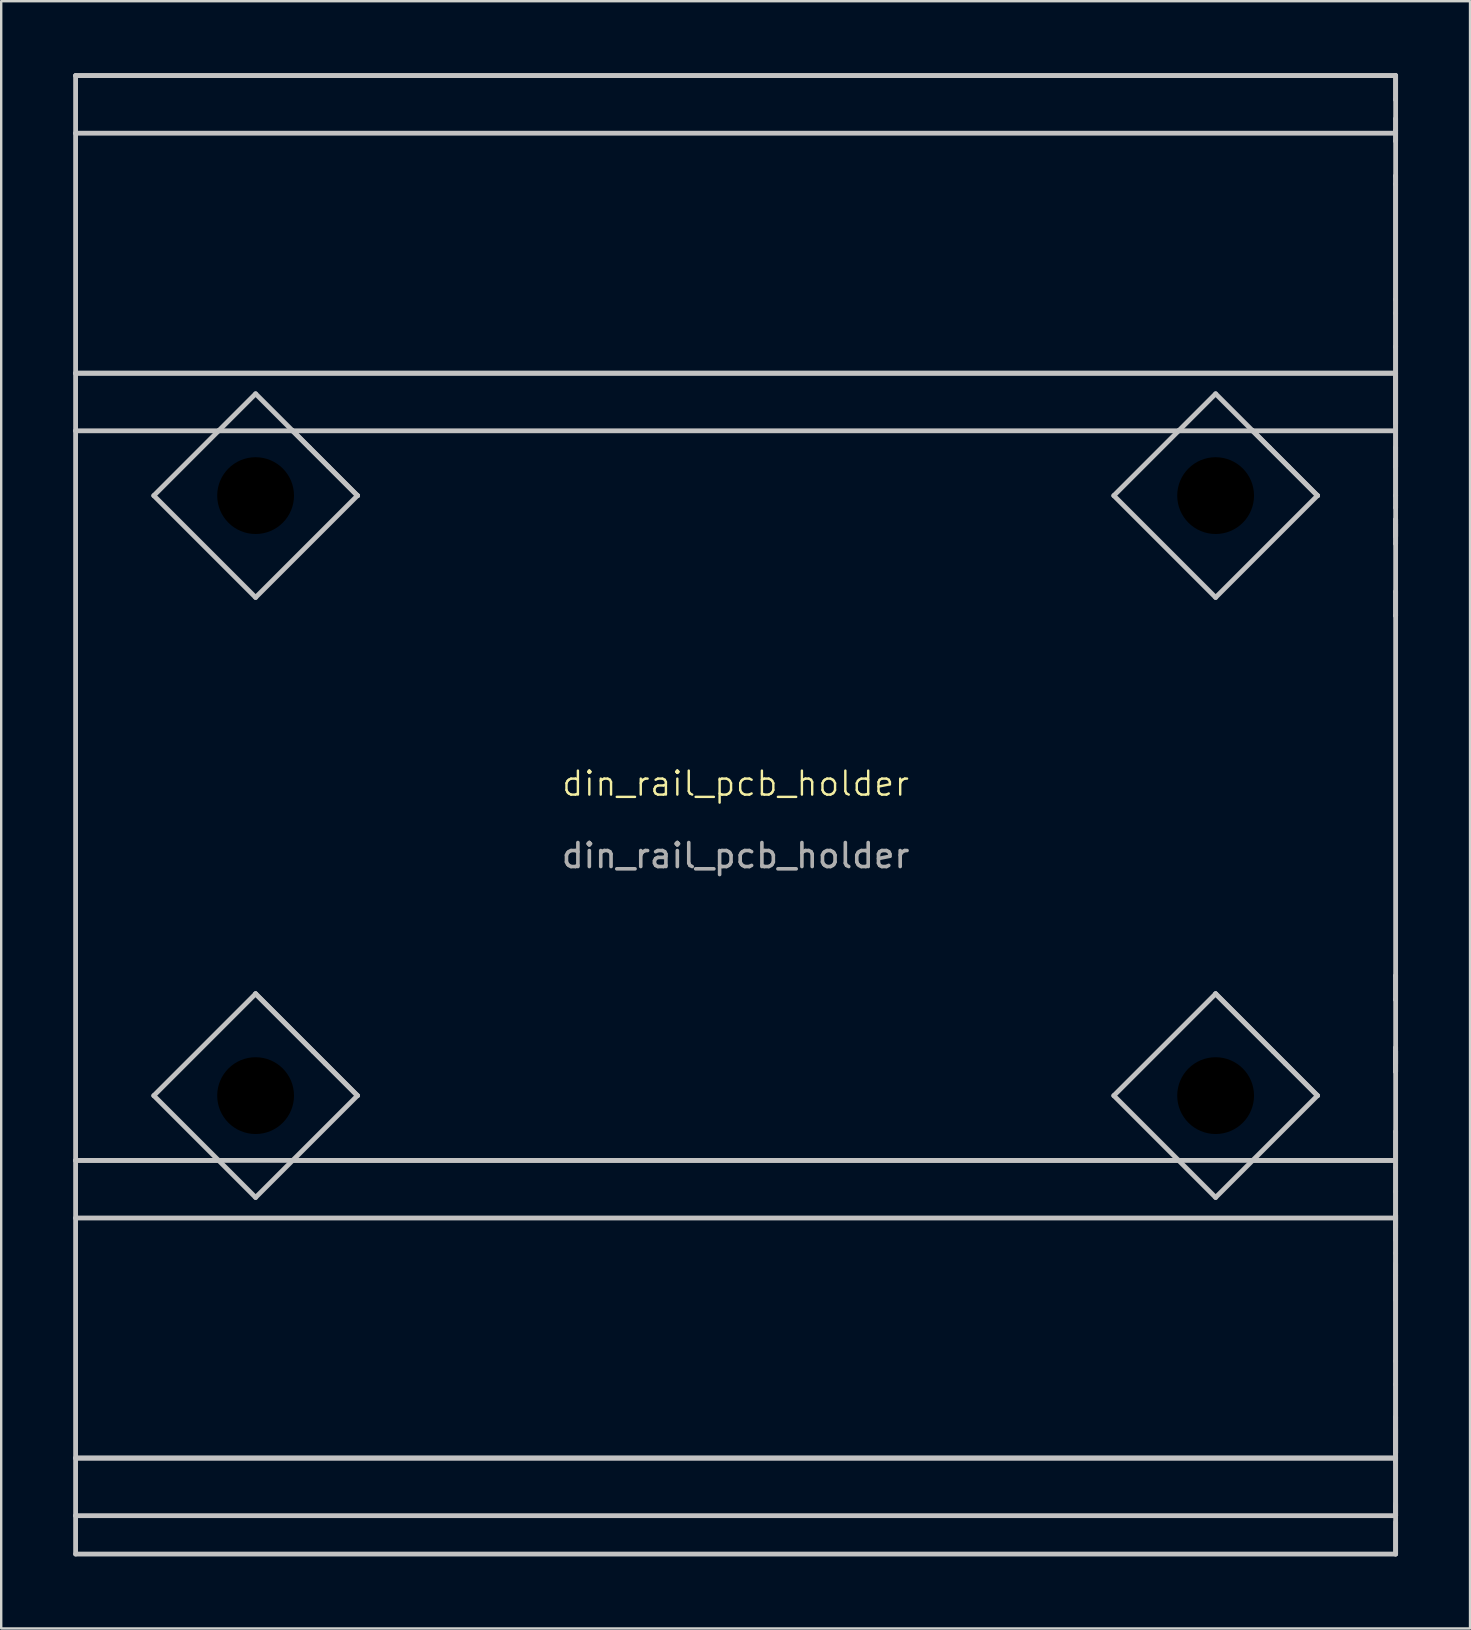
<source format=kicad_pcb>
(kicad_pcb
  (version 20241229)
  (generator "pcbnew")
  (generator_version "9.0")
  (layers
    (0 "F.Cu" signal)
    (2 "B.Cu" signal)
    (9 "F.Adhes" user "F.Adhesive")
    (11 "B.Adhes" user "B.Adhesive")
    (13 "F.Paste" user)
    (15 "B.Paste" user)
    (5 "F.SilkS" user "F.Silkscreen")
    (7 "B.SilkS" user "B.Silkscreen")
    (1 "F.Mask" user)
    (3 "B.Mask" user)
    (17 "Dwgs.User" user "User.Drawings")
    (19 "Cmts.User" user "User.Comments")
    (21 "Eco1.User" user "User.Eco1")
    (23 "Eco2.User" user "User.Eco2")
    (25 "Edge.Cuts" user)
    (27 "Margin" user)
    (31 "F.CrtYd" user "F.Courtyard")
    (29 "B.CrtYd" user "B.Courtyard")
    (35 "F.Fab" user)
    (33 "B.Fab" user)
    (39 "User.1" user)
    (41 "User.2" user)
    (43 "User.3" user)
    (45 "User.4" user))
  (footprint "din_rail_pcb_holder"
    (layer "F.Cu")
    (at 27.6 30.1)
    (property "Reference" "din_rail_pcb_holder" (at 0 -0.5 0) (unlocked yes) (layer "F.SilkS") (effects (font (size 1 1) (thickness 0.1))))
    (fp_line (start -27.5 -30) (end 27.5 -30) (stroke (width 0.2) (type solid)) (layer "Dwgs.User"))
    (fp_line (start -27.5 -30) (end 27.5 -30) (stroke (width 0.2) (type solid)) (layer "Dwgs.User"))
    (fp_line (start -27.5 -27.6) (end -27.5 -30) (stroke (width 0.2) (type solid)) (layer "Dwgs.User"))
    (fp_line (start -27.5 -27.6) (end 27.5 -27.6) (stroke (width 0.2) (type solid)) (layer "Dwgs.User"))
    (fp_line (start -27.5 -17.6) (end -27.5 -27.6) (stroke (width 0.2) (type solid)) (layer "Dwgs.User"))
    (fp_line (start -27.5 -17.6) (end 27.5 -17.6) (stroke (width 0.2) (type solid)) (layer "Dwgs.User"))
    (fp_line (start -27.5 -17.6) (end 27.5 -17.6) (stroke (width 0.2) (type solid)) (layer "Dwgs.User"))
    (fp_line (start -27.5 -15.2) (end -27.5 -17.6) (stroke (width 0.2) (type solid)) (layer "Dwgs.User"))
    (fp_line (start -27.5 -15.2) (end -21.543 -15.2) (stroke (width 0.2) (type solid)) (layer "Dwgs.User"))
    (fp_line (start -27.5 15.2) (end -27.5 -15.2) (stroke (width 0.2) (type solid)) (layer "Dwgs.User"))
    (fp_line (start -27.5 15.2) (end -21.543 15.2) (stroke (width 0.2) (type solid)) (layer "Dwgs.User"))
    (fp_line (start -27.5 15.2) (end -21.543 15.2) (stroke (width 0.2) (type solid)) (layer "Dwgs.User"))
    (fp_line (start -27.5 17.6) (end -27.5 15.2) (stroke (width 0.2) (type solid)) (layer "Dwgs.User"))
    (fp_line (start -27.5 17.6) (end 27.5 17.6) (stroke (width 0.2) (type solid)) (layer "Dwgs.User"))
    (fp_line (start -27.5 27.6) (end -27.5 17.6) (stroke (width 0.2) (type solid)) (layer "Dwgs.User"))
    (fp_line (start -27.5 27.6) (end -27.5 30) (stroke (width 0.2) (type solid)) (layer "Dwgs.User"))
    (fp_line (start -27.5 27.6) (end 27.5 27.6) (stroke (width 0.2) (type solid)) (layer "Dwgs.User"))
    (fp_line (start -27.5 27.6) (end 27.5 27.6) (stroke (width 0.2) (type solid)) (layer "Dwgs.User"))
    (fp_line (start -27.5 30) (end 27.5 30) (stroke (width 0.2) (type solid)) (layer "Dwgs.User"))
    (fp_line (start -27.5 30) (end -27.5 31.6) (stroke (width 0.2) (type solid)) (layer "Dwgs.User"))
    (fp_line (start -27.5 31.6) (end 27.5 31.6) (stroke (width 0.2) (type solid)) (layer "Dwgs.User"))
    (fp_line (start -24.243 -12.5) (end -21.543 -15.2) (stroke (width 0.2) (type solid)) (layer "Dwgs.User"))
    (fp_line (start -24.243 12.5) (end -20 8.257) (stroke (width 0.2) (type solid)) (layer "Dwgs.User"))
    (fp_line (start -21.543 -15.2) (end -20 -16.743) (stroke (width 0.2) (type solid)) (layer "Dwgs.User"))
    (fp_line (start -21.543 -15.2) (end -18.457 -15.2) (stroke (width 0.2) (type solid)) (layer "Dwgs.User"))
    (fp_line (start -21.543 15.2) (end -24.243 12.5) (stroke (width 0.2) (type solid)) (layer "Dwgs.User"))
    (fp_line (start -21.543 15.2) (end -18.457 15.2) (stroke (width 0.2) (type solid)) (layer "Dwgs.User"))
    (fp_line (start -21.25 -12.5) (end -21.25 -12.5) (stroke (width 0.2) (type solid)) (layer "Dwgs.User"))
    (fp_line (start -21.25 -12.5) (end -21.25 -12.5) (stroke (width 0.2) (type solid)) (layer "Dwgs.User"))
    (fp_line (start -21.25 -12.5) (end -21.25 -12.5) (stroke (width 0.2) (type solid)) (layer "Dwgs.User"))
    (fp_line (start -21.25 -12.5) (end -20.9 -13.367) (stroke (width 0.2) (type solid)) (layer "Dwgs.User"))
    (fp_line (start -21.146 -12) (end -21.146 -12) (stroke (width 0.2) (type solid)) (layer "Dwgs.User"))
    (fp_line (start -21.146 -12) (end -21.25 -12.5) (stroke (width 0.2) (type solid)) (layer "Dwgs.User"))
    (fp_line (start -20.75 -11.5) (end -19.25 -11.5) (stroke (width 0.2) (type solid)) (layer "Dwgs.User"))
    (fp_line (start -20.75 -11.5) (end -19.25 -11.5) (stroke (width 0.2) (type solid)) (layer "Dwgs.User"))
    (fp_line (start -20.75 11.5) (end -19.25 11.5) (stroke (width 0.2) (type solid)) (layer "Dwgs.User"))
    (fp_line (start -20.479 11.345) (end -19.521 11.345) (stroke (width 0.2) (type solid)) (layer "Dwgs.User"))
    (fp_line (start -20.381 -11.31) (end -20.381 -11.31) (stroke (width 0.2) (type solid)) (layer "Dwgs.User"))
    (fp_line (start -20 -16.743) (end -18.457 -15.2) (stroke (width 0.2) (type solid)) (layer "Dwgs.User"))
    (fp_line (start -20 -13.75) (end -20 -11.25) (stroke (width 0.2) (type solid)) (layer "Dwgs.User"))
    (fp_line (start -20 -11.25) (end -20 -13.75) (stroke (width 0.2) (type solid)) (layer "Dwgs.User"))
    (fp_line (start -20 -8.257) (end -24.243 -12.5) (stroke (width 0.2) (type solid)) (layer "Dwgs.User"))
    (fp_line (start -20 8.257) (end -20 8.257) (stroke (width 0.2) (type solid)) (layer "Dwgs.User"))
    (fp_line (start -20 8.257) (end -15.757 12.5) (stroke (width 0.2) (type solid)) (layer "Dwgs.User"))
    (fp_line (start -20 11.25) (end -20 13.75) (stroke (width 0.2) (type solid)) (layer "Dwgs.User"))
    (fp_line (start -20 13.75) (end -20 11.25) (stroke (width 0.2) (type solid)) (layer "Dwgs.User"))
    (fp_line (start -20 16.743) (end -21.543 15.2) (stroke (width 0.2) (type solid)) (layer "Dwgs.User"))
    (fp_line (start -19.619 -11.31) (end -20.381 -11.31) (stroke (width 0.2) (type solid)) (layer "Dwgs.User"))
    (fp_line (start -19.619 -11.31) (end -19.619 -11.31) (stroke (width 0.2) (type solid)) (layer "Dwgs.User"))
    (fp_line (start -19.521 -11.345) (end -20.479 -11.345) (stroke (width 0.2) (type solid)) (layer "Dwgs.User"))
    (fp_line (start -19.521 -11.345) (end -20.479 -11.345) (stroke (width 0.2) (type solid)) (layer "Dwgs.User"))
    (fp_line (start -19.521 -11.345) (end -20.479 -11.345) (stroke (width 0.2) (type solid)) (layer "Dwgs.User"))
    (fp_line (start -18.457 -15.2) (end -15.757 -12.5) (stroke (width 0.2) (type solid)) (layer "Dwgs.User"))
    (fp_line (start -18.457 -15.2) (end 18.457 -15.2) (stroke (width 0.2) (type solid)) (layer "Dwgs.User"))
    (fp_line (start -18.457 15.2) (end -20 16.743) (stroke (width 0.2) (type solid)) (layer "Dwgs.User"))
    (fp_line (start -18.457 15.2) (end 18.457 15.2) (stroke (width 0.2) (type solid)) (layer "Dwgs.User"))
    (fp_line (start -18.457 15.2) (end 18.457 15.2) (stroke (width 0.2) (type solid)) (layer "Dwgs.User"))
    (fp_line (start -17.757 -14.5) (end -17.757 -14.5) (stroke (width 0.2) (type solid)) (layer "Dwgs.User"))
    (fp_line (start -17.603 10.655) (end -17.603 10.655) (stroke (width 0.2) (type solid)) (layer "Dwgs.User"))
    (fp_line (start -17.103 11.155) (end -17.103 11.155) (stroke (width 0.2) (type solid)) (layer "Dwgs.User"))
    (fp_line (start -16.957 -13.7) (end -16.957 -13.7) (stroke (width 0.2) (type solid)) (layer "Dwgs.User"))
    (fp_line (start -15.757 -12.5) (end -15.757 -12.5) (stroke (width 0.2) (type solid)) (layer "Dwgs.User"))
    (fp_line (start -15.757 -12.5) (end -15.757 -12.5) (stroke (width 0.2) (type solid)) (layer "Dwgs.User"))
    (fp_line (start -15.757 -12.5) (end -15.757 -12.5) (stroke (width 0.2) (type solid)) (layer "Dwgs.User"))
    (fp_line (start -15.757 -12.5) (end -20 -8.257) (stroke (width 0.2) (type solid)) (layer "Dwgs.User"))
    (fp_line (start -15.757 -12.5) (end -15.757 -12.5) (stroke (width 0.2) (type solid)) (layer "Dwgs.User"))
    (fp_line (start -15.757 12.5) (end -18.457 15.2) (stroke (width 0.2) (type solid)) (layer "Dwgs.User"))
    (fp_line (start -15.757 12.5) (end -15.757 12.5) (stroke (width 0.2) (type solid)) (layer "Dwgs.User"))
    (fp_line (start -15.757 -12.5) (end -18.457 -15.2) (stroke (width 0.2) (type solid)) (layer "Dwgs.User"))
    (fp_line (start -15.757 12.5) (end -20 8.257) (stroke (width 0.2) (type solid)) (layer "Dwgs.User"))
    (fp_line (start 15.757 -12.5) (end 18.457 -15.2) (stroke (width 0.2) (type solid)) (layer "Dwgs.User"))
    (fp_line (start 15.757 12.5) (end 20 8.257) (stroke (width 0.2) (type solid)) (layer "Dwgs.User"))
    (fp_line (start 18.457 -15.2) (end 20 -16.743) (stroke (width 0.2) (type solid)) (layer "Dwgs.User"))
    (fp_line (start 18.457 -15.2) (end 21.543 -15.2) (stroke (width 0.2) (type solid)) (layer "Dwgs.User"))
    (fp_line (start 18.457 15.2) (end 15.757 12.5) (stroke (width 0.2) (type solid)) (layer "Dwgs.User"))
    (fp_line (start 18.457 15.2) (end 21.543 15.2) (stroke (width 0.2) (type solid)) (layer "Dwgs.User"))
    (fp_line (start 18.75 -12.5) (end 18.75 -12.5) (stroke (width 0.2) (type solid)) (layer "Dwgs.User"))
    (fp_line (start 18.75 -12.5) (end 18.75 -12.5) (stroke (width 0.2) (type solid)) (layer "Dwgs.User"))
    (fp_line (start 18.75 -12.5) (end 18.75 -12.5) (stroke (width 0.2) (type solid)) (layer "Dwgs.User"))
    (fp_line (start 18.75 -12.5) (end 19.1 -13.367) (stroke (width 0.2) (type solid)) (layer "Dwgs.User"))
    (fp_line (start 18.854 -12) (end 18.854 -12) (stroke (width 0.2) (type solid)) (layer "Dwgs.User"))
    (fp_line (start 18.854 -12) (end 18.75 -12.5) (stroke (width 0.2) (type solid)) (layer "Dwgs.User"))
    (fp_line (start 19.25 -11.5) (end 20.75 -11.5) (stroke (width 0.2) (type solid)) (layer "Dwgs.User"))
    (fp_line (start 19.25 -11.5) (end 20.75 -11.5) (stroke (width 0.2) (type solid)) (layer "Dwgs.User"))
    (fp_line (start 19.25 11.5) (end 20.75 11.5) (stroke (width 0.2) (type solid)) (layer "Dwgs.User"))
    (fp_line (start 19.521 11.345) (end 20.479 11.345) (stroke (width 0.2) (type solid)) (layer "Dwgs.User"))
    (fp_line (start 19.619 -11.31) (end 19.619 -11.31) (stroke (width 0.2) (type solid)) (layer "Dwgs.User"))
    (fp_line (start 20 -16.743) (end 21.543 -15.2) (stroke (width 0.2) (type solid)) (layer "Dwgs.User"))
    (fp_line (start 20 -13.75) (end 20 -11.25) (stroke (width 0.2) (type solid)) (layer "Dwgs.User"))
    (fp_line (start 20 -11.25) (end 20 -13.75) (stroke (width 0.2) (type solid)) (layer "Dwgs.User"))
    (fp_line (start 20 -8.257) (end 15.757 -12.5) (stroke (width 0.2) (type solid)) (layer "Dwgs.User"))
    (fp_line (start 20 8.257) (end 20 8.257) (stroke (width 0.2) (type solid)) (layer "Dwgs.User"))
    (fp_line (start 20 8.257) (end 24.243 12.5) (stroke (width 0.2) (type solid)) (layer "Dwgs.User"))
    (fp_line (start 20 11.25) (end 20 13.75) (stroke (width 0.2) (type solid)) (layer "Dwgs.User"))
    (fp_line (start 20 13.75) (end 20 11.25) (stroke (width 0.2) (type solid)) (layer "Dwgs.User"))
    (fp_line (start 20 16.743) (end 18.457 15.2) (stroke (width 0.2) (type solid)) (layer "Dwgs.User"))
    (fp_line (start 20.381 -11.31) (end 19.619 -11.31) (stroke (width 0.2) (type solid)) (layer "Dwgs.User"))
    (fp_line (start 20.381 -11.31) (end 20.381 -11.31) (stroke (width 0.2) (type solid)) (layer "Dwgs.User"))
    (fp_line (start 20.479 -11.345) (end 19.521 -11.345) (stroke (width 0.2) (type solid)) (layer "Dwgs.User"))
    (fp_line (start 20.479 -11.345) (end 19.521 -11.345) (stroke (width 0.2) (type solid)) (layer "Dwgs.User"))
    (fp_line (start 20.479 -11.345) (end 19.521 -11.345) (stroke (width 0.2) (type solid)) (layer "Dwgs.User"))
    (fp_line (start 21.543 -15.2) (end 24.243 -12.5) (stroke (width 0.2) (type solid)) (layer "Dwgs.User"))
    (fp_line (start 21.543 -15.2) (end 27.5 -15.2) (stroke (width 0.2) (type solid)) (layer "Dwgs.User"))
    (fp_line (start 21.543 15.2) (end 20 16.743) (stroke (width 0.2) (type solid)) (layer "Dwgs.User"))
    (fp_line (start 21.543 15.2) (end 27.5 15.2) (stroke (width 0.2) (type solid)) (layer "Dwgs.User"))
    (fp_line (start 21.543 15.2) (end 27.5 15.2) (stroke (width 0.2) (type solid)) (layer "Dwgs.User"))
    (fp_line (start 22.243 -14.5) (end 22.243 -14.5) (stroke (width 0.2) (type solid)) (layer "Dwgs.User"))
    (fp_line (start 22.397 10.655) (end 22.397 10.655) (stroke (width 0.2) (type solid)) (layer "Dwgs.User"))
    (fp_line (start 22.897 11.155) (end 22.897 11.155) (stroke (width 0.2) (type solid)) (layer "Dwgs.User"))
    (fp_line (start 23.043 -13.7) (end 23.043 -13.7) (stroke (width 0.2) (type solid)) (layer "Dwgs.User"))
    (fp_line (start 24.243 -12.5) (end 24.243 -12.5) (stroke (width 0.2) (type solid)) (layer "Dwgs.User"))
    (fp_line (start 24.243 -12.5) (end 24.243 -12.5) (stroke (width 0.2) (type solid)) (layer "Dwgs.User"))
    (fp_line (start 24.243 -12.5) (end 20 -8.257) (stroke (width 0.2) (type solid)) (layer "Dwgs.User"))
    (fp_line (start 24.243 -12.5) (end 24.243 -12.5) (stroke (width 0.2) (type solid)) (layer "Dwgs.User"))
    (fp_line (start 24.243 12.5) (end 21.543 15.2) (stroke (width 0.2) (type solid)) (layer "Dwgs.User"))
    (fp_line (start 24.243 12.5) (end 24.243 12.5) (stroke (width 0.2) (type solid)) (layer "Dwgs.User"))
    (fp_line (start 24.243 -12.5) (end 21.543 -15.2) (stroke (width 0.2) (type solid)) (layer "Dwgs.User"))
    (fp_line (start 24.243 12.5) (end 20 8.257) (stroke (width 0.2) (type solid)) (layer "Dwgs.User"))
    (fp_line (start 27.5 -29) (end 27.5 -29) (stroke (width 0.2) (type solid)) (layer "Dwgs.User"))
    (fp_line (start 27.5 -28.199) (end 27.5 -28.199) (stroke (width 0.2) (type solid)) (layer "Dwgs.User"))
    (fp_line (start 27.5 -27.699) (end 27.5 -27.699) (stroke (width 0.2) (type solid)) (layer "Dwgs.User"))
    (fp_line (start 27.5 -27.699) (end 27.5 -27.699) (stroke (width 0.2) (type solid)) (layer "Dwgs.User"))
    (fp_line (start 27.5 -27.699) (end 27.5 -27.699) (stroke (width 0.2) (type solid)) (layer "Dwgs.User"))
    (fp_line (start 27.5 -27.6) (end 27.5 -30) (stroke (width 0.2) (type solid)) (layer "Dwgs.User"))
    (fp_line (start 27.5 -27.273) (end 27.5 -27.273) (stroke (width 0.2) (type solid)) (layer "Dwgs.User"))
    (fp_line (start 27.5 -25.819) (end 27.5 -25.819) (stroke (width 0.2) (type solid)) (layer "Dwgs.User"))
    (fp_line (start 27.5 -25.819) (end 27.5 -25.819) (stroke (width 0.2) (type solid)) (layer "Dwgs.User"))
    (fp_line (start 27.5 -25.478) (end 27.5 -25.478) (stroke (width 0.2) (type solid)) (layer "Dwgs.User"))
    (fp_line (start 27.5 -20.674) (end 27.5 -20.674) (stroke (width 0.2) (type solid)) (layer "Dwgs.User"))
    (fp_line (start 27.5 -20.1) (end 27.5 -20.1) (stroke (width 0.2) (type solid)) (layer "Dwgs.User"))
    (fp_line (start 27.5 -18.7) (end 27.5 -18.7) (stroke (width 0.2) (type solid)) (layer "Dwgs.User"))
    (fp_line (start 27.5 -18.7) (end 27.5 -18.7) (stroke (width 0.2) (type solid)) (layer "Dwgs.User"))
    (fp_line (start 27.5 -17.6) (end 27.5 -27.6) (stroke (width 0.2) (type solid)) (layer "Dwgs.User"))
    (fp_line (start 27.5 -15.2) (end 27.5 -17.6) (stroke (width 0.2) (type solid)) (layer "Dwgs.User"))
    (fp_line (start 27.5 -14.5) (end 27.5 -14.5) (stroke (width 0.2) (type solid)) (layer "Dwgs.User"))
    (fp_line (start 27.5 -13.7) (end 27.5 -13.7) (stroke (width 0.2) (type solid)) (layer "Dwgs.User"))
    (fp_line (start 27.5 -12.5) (end 27.5 -12.5) (stroke (width 0.2) (type solid)) (layer "Dwgs.User"))
    (fp_line (start 27.5 -12.5) (end 27.5 -12.5) (stroke (width 0.2) (type solid)) (layer "Dwgs.User"))
    (fp_line (start 27.5 -12) (end 27.5 -12) (stroke (width 0.2) (type solid)) (layer "Dwgs.User"))
    (fp_line (start 27.5 -11.5) (end 27.5 -11.5) (stroke (width 0.2) (type solid)) (layer "Dwgs.User"))
    (fp_line (start 27.5 -11.5) (end 27.5 -11.5) (stroke (width 0.2) (type solid)) (layer "Dwgs.User"))
    (fp_line (start 27.5 -11.31) (end 27.5 -11.31) (stroke (width 0.2) (type solid)) (layer "Dwgs.User"))
    (fp_line (start 27.5 -10.5) (end 27.5 -10.5) (stroke (width 0.2) (type solid)) (layer "Dwgs.User"))
    (fp_line (start 27.5 -8.5) (end 27.5 -8.5) (stroke (width 0.2) (type solid)) (layer "Dwgs.User"))
    (fp_line (start 27.5 -7.5) (end 27.5 -7.5) (stroke (width 0.2) (type solid)) (layer "Dwgs.User"))
    (fp_line (start 27.5 -7.5) (end 27.5 -7.5) (stroke (width 0.2) (type solid)) (layer "Dwgs.User"))
    (fp_line (start 27.5 7.5) (end 27.5 7.5) (stroke (width 0.2) (type solid)) (layer "Dwgs.User"))
    (fp_line (start 27.5 8.5) (end 27.5 8.5) (stroke (width 0.2) (type solid)) (layer "Dwgs.User"))
    (fp_line (start 27.5 10.5) (end 27.5 10.5) (stroke (width 0.2) (type solid)) (layer "Dwgs.User"))
    (fp_line (start 27.5 11.155) (end 27.5 11.155) (stroke (width 0.2) (type solid)) (layer "Dwgs.User"))
    (fp_line (start 27.5 11.5) (end 27.5 11.5) (stroke (width 0.2) (type solid)) (layer "Dwgs.User"))
    (fp_line (start 27.5 14) (end 27.5 14) (stroke (width 0.2) (type solid)) (layer "Dwgs.User"))
    (fp_line (start 27.5 15.2) (end 27.5 -15.2) (stroke (width 0.2) (type solid)) (layer "Dwgs.User"))
    (fp_line (start 27.5 15.5) (end 27.5 16.5) (stroke (width 0.2) (type solid)) (layer "Dwgs.User"))
    (fp_line (start 27.5 15.5) (end 27.5 14) (stroke (width 0.2) (type solid)) (layer "Dwgs.User"))
    (fp_line (start 27.5 16.5) (end 27.5 16.5) (stroke (width 0.2) (type solid)) (layer "Dwgs.User"))
    (fp_line (start 27.5 17.5) (end 27.5 17.5) (stroke (width 0.2) (type solid)) (layer "Dwgs.User"))
    (fp_line (start 27.5 17.5) (end 27.5 17.5) (stroke (width 0.2) (type solid)) (layer "Dwgs.User"))
    (fp_line (start 27.5 17.5) (end 27.5 18) (stroke (width 0.2) (type solid)) (layer "Dwgs.User"))
    (fp_line (start 27.5 17.6) (end 27.5 15.2) (stroke (width 0.2) (type solid)) (layer "Dwgs.User"))
    (fp_line (start 27.5 18.5) (end 27.5 18.5) (stroke (width 0.2) (type solid)) (layer "Dwgs.User"))
    (fp_line (start 27.5 19.062) (end 27.5 19.062) (stroke (width 0.2) (type solid)) (layer "Dwgs.User"))
    (fp_line (start 27.5 19.5) (end 27.5 20) (stroke (width 0.2) (type solid)) (layer "Dwgs.User"))
    (fp_line (start 27.5 20) (end 27.5 20) (stroke (width 0.2) (type solid)) (layer "Dwgs.User"))
    (fp_line (start 27.5 21) (end 27.5 21) (stroke (width 0.2) (type solid)) (layer "Dwgs.User"))
    (fp_line (start 27.5 23.562) (end 27.5 23.562) (stroke (width 0.2) (type solid)) (layer "Dwgs.User"))
    (fp_line (start 27.5 24.528) (end 27.5 24.528) (stroke (width 0.2) (type solid)) (layer "Dwgs.User"))
    (fp_line (start 27.5 26.41) (end 27.5 27.393) (stroke (width 0.2) (type solid)) (layer "Dwgs.User"))
    (fp_line (start 27.5 27.376) (end 27.5 24.528) (stroke (width 0.2) (type solid)) (layer "Dwgs.User"))
    (fp_line (start 27.5 27.393) (end 27.5 27.376) (stroke (width 0.2) (type solid)) (layer "Dwgs.User"))
    (fp_line (start 27.5 27.6) (end 27.5 17.6) (stroke (width 0.2) (type solid)) (layer "Dwgs.User"))
    (fp_line (start 27.5 27.6) (end 27.5 30) (stroke (width 0.2) (type solid)) (layer "Dwgs.User"))
    (fp_line (start 27.5 27.754) (end 27.5 27.754) (stroke (width 0.2) (type solid)) (layer "Dwgs.User"))
    (fp_line (start 27.5 29.629) (end 27.5 29.629) (stroke (width 0.2) (type solid)) (layer "Dwgs.User"))
    (fp_line (start 27.5 30) (end 27.5 30) (stroke (width 0.2) (type solid)) (layer "Dwgs.User"))
    (fp_line (start 27.5 30) (end 27.5 30) (stroke (width 0.2) (type solid)) (layer "Dwgs.User"))
    (fp_line (start 27.5 30) (end 27.5 29.5) (stroke (width 0.2) (type solid)) (layer "Dwgs.User"))
    (fp_line (start 27.5 -29) (end 27.5 -30) (stroke (width 0.2) (type solid)) (layer "Dwgs.User"))
    (fp_line (start 27.5 -28.199) (end 27.5 -27.699) (stroke (width 0.2) (type solid)) (layer "Dwgs.User"))
    (fp_line (start 27.5 -27.273) (end 27.5 -27.699) (stroke (width 0.2) (type solid)) (layer "Dwgs.User"))
    (fp_line (start 27.5 -25.478) (end 27.5 -25.819) (stroke (width 0.2) (type solid)) (layer "Dwgs.User"))
    (fp_line (start 27.5 -20.674) (end 27.5 -25.478) (stroke (width 0.2) (type solid)) (layer "Dwgs.User"))
    (fp_line (start 27.5 -20.1) (end 27.5 -20.674) (stroke (width 0.2) (type solid)) (layer "Dwgs.User"))
    (fp_line (start 27.5 -18.7) (end 27.5 -20.1) (stroke (width 0.2) (type solid)) (layer "Dwgs.User"))
    (fp_line (start 27.5 -17.5) (end 27.5 -15.5) (stroke (width 0.2) (type solid)) (layer "Dwgs.User"))
    (fp_line (start 27.5 -14.5) (end 27.5 -18.7) (stroke (width 0.2) (type solid)) (layer "Dwgs.User"))
    (fp_line (start 27.5 -13.7) (end 27.5 -14.5) (stroke (width 0.2) (type solid)) (layer "Dwgs.User"))
    (fp_line (start 27.5 -12.5) (end 27.5 -14.5) (stroke (width 0.2) (type solid)) (layer "Dwgs.User"))
    (fp_line (start 27.5 -12.5) (end 27.5 -12) (stroke (width 0.2) (type solid)) (layer "Dwgs.User"))
    (fp_line (start 27.5 -11.5) (end 27.5 -10.815) (stroke (width 0.2) (type solid)) (layer "Dwgs.User"))
    (fp_line (start 27.5 -11.31) (end 27.5 -10.81) (stroke (width 0.2) (type solid)) (layer "Dwgs.User"))
    (fp_line (start 27.5 -10.81) (end 27.5 -10.81) (stroke (width 0.2) (type solid)) (layer "Dwgs.User"))
    (fp_line (start 27.5 -10.81) (end 27.5 -10.815) (stroke (width 0.2) (type solid)) (layer "Dwgs.User"))
    (fp_line (start 27.5 -7.5) (end 27.5 -8.5) (stroke (width 0.2) (type solid)) (layer "Dwgs.User"))
    (fp_line (start 27.5 10.655) (end 27.5 10.655) (stroke (width 0.2) (type solid)) (layer "Dwgs.User"))
    (fp_line (start 27.5 10.655) (end 27.5 11.155) (stroke (width 0.2) (type solid)) (layer "Dwgs.User"))
    (fp_line (start 27.5 10.661) (end 27.5 10.655) (stroke (width 0.2) (type solid)) (layer "Dwgs.User"))
    (fp_line (start 27.5 10.661) (end 27.5 11.5) (stroke (width 0.2) (type solid)) (layer "Dwgs.User"))
    (fp_line (start 27.5 11.5) (end 27.5 10.5) (stroke (width 0.2) (type solid)) (layer "Dwgs.User"))
    (fp_line (start 27.5 16.5) (end 27.5 17.5) (stroke (width 0.2) (type solid)) (layer "Dwgs.User"))
    (fp_line (start 27.5 18.096) (end 27.5 17.5) (stroke (width 0.2) (type solid)) (layer "Dwgs.User"))
    (fp_line (start 27.5 18.5) (end 27.5 17.5) (stroke (width 0.2) (type solid)) (layer "Dwgs.User"))
    (fp_line (start 27.5 19.062) (end 27.5 18.096) (stroke (width 0.2) (type solid)) (layer "Dwgs.User"))
    (fp_line (start 27.5 21) (end 27.5 20) (stroke (width 0.2) (type solid)) (layer "Dwgs.User"))
    (fp_line (start 27.5 23.562) (end 27.5 19.062) (stroke (width 0.2) (type solid)) (layer "Dwgs.User"))
    (fp_line (start 27.5 24.528) (end 27.5 23.562) (stroke (width 0.2) (type solid)) (layer "Dwgs.User"))
    (fp_line (start 27.5 25.891) (end 27.5 25.908) (stroke (width 0.2) (type solid)) (layer "Dwgs.User"))
    (fp_line (start 27.5 26.391) (end 27.5 25.891) (stroke (width 0.2) (type solid)) (layer "Dwgs.User"))
    (fp_line (start 27.5 27.754) (end 27.5 26.391) (stroke (width 0.2) (type solid)) (layer "Dwgs.User"))
    (fp_line (start 27.5 29.629) (end 27.5 27.754) (stroke (width 0.2) (type solid)) (layer "Dwgs.User"))
    (fp_line (start 27.5 30) (end 27.5 29.629) (stroke (width 0.2) (type solid)) (layer "Dwgs.User"))
    (fp_line (start 27.5 30) (end 27.5 31.6) (stroke (width 0.2) (type solid)) (layer "Dwgs.User"))
    (fp_line (start 27.5 31.6) (end 27.5 30.266) (stroke (width 0.2) (type solid)) (layer "Dwgs.User"))
    (fp_line (start 27.5 -10.5) (end 27.5 -11.5) (stroke (width 0.2) (type solid)) (layer "Dwgs.User"))
    (fp_line (start 27.5 8.5) (end 27.5 7.5) (stroke (width 0.2) (type solid)) (layer "Dwgs.User"))
    (fp_text user "${REFERENCE}" (at 0 2.5 0) (unlocked yes) (layer "F.Fab") (effects (font (size 1 1) (thickness 0.15))))
    (pad "" np_thru_hole circle (at -20 -12.5) (size 7 7) (drill 3.2) (layers "*.Mask"))
    (pad "" np_thru_hole circle (at -20 12.5) (size 7 7) (drill 3.2) (layers "*.Mask"))
    (pad "" np_thru_hole circle (at 20 -12.5) (size 7 7) (drill 3.2) (layers "*.Mask"))
    (pad "" np_thru_hole circle (at 20 12.5) (size 7 7) (drill 3.2) (layers "*.Mask")))
  (gr_rect
    (start -3 -3)
    (end 58.2 64.8)
    (stroke (width 0.1) (type default))
    (fill no)
    (layer "Edge.Cuts")))
</source>
